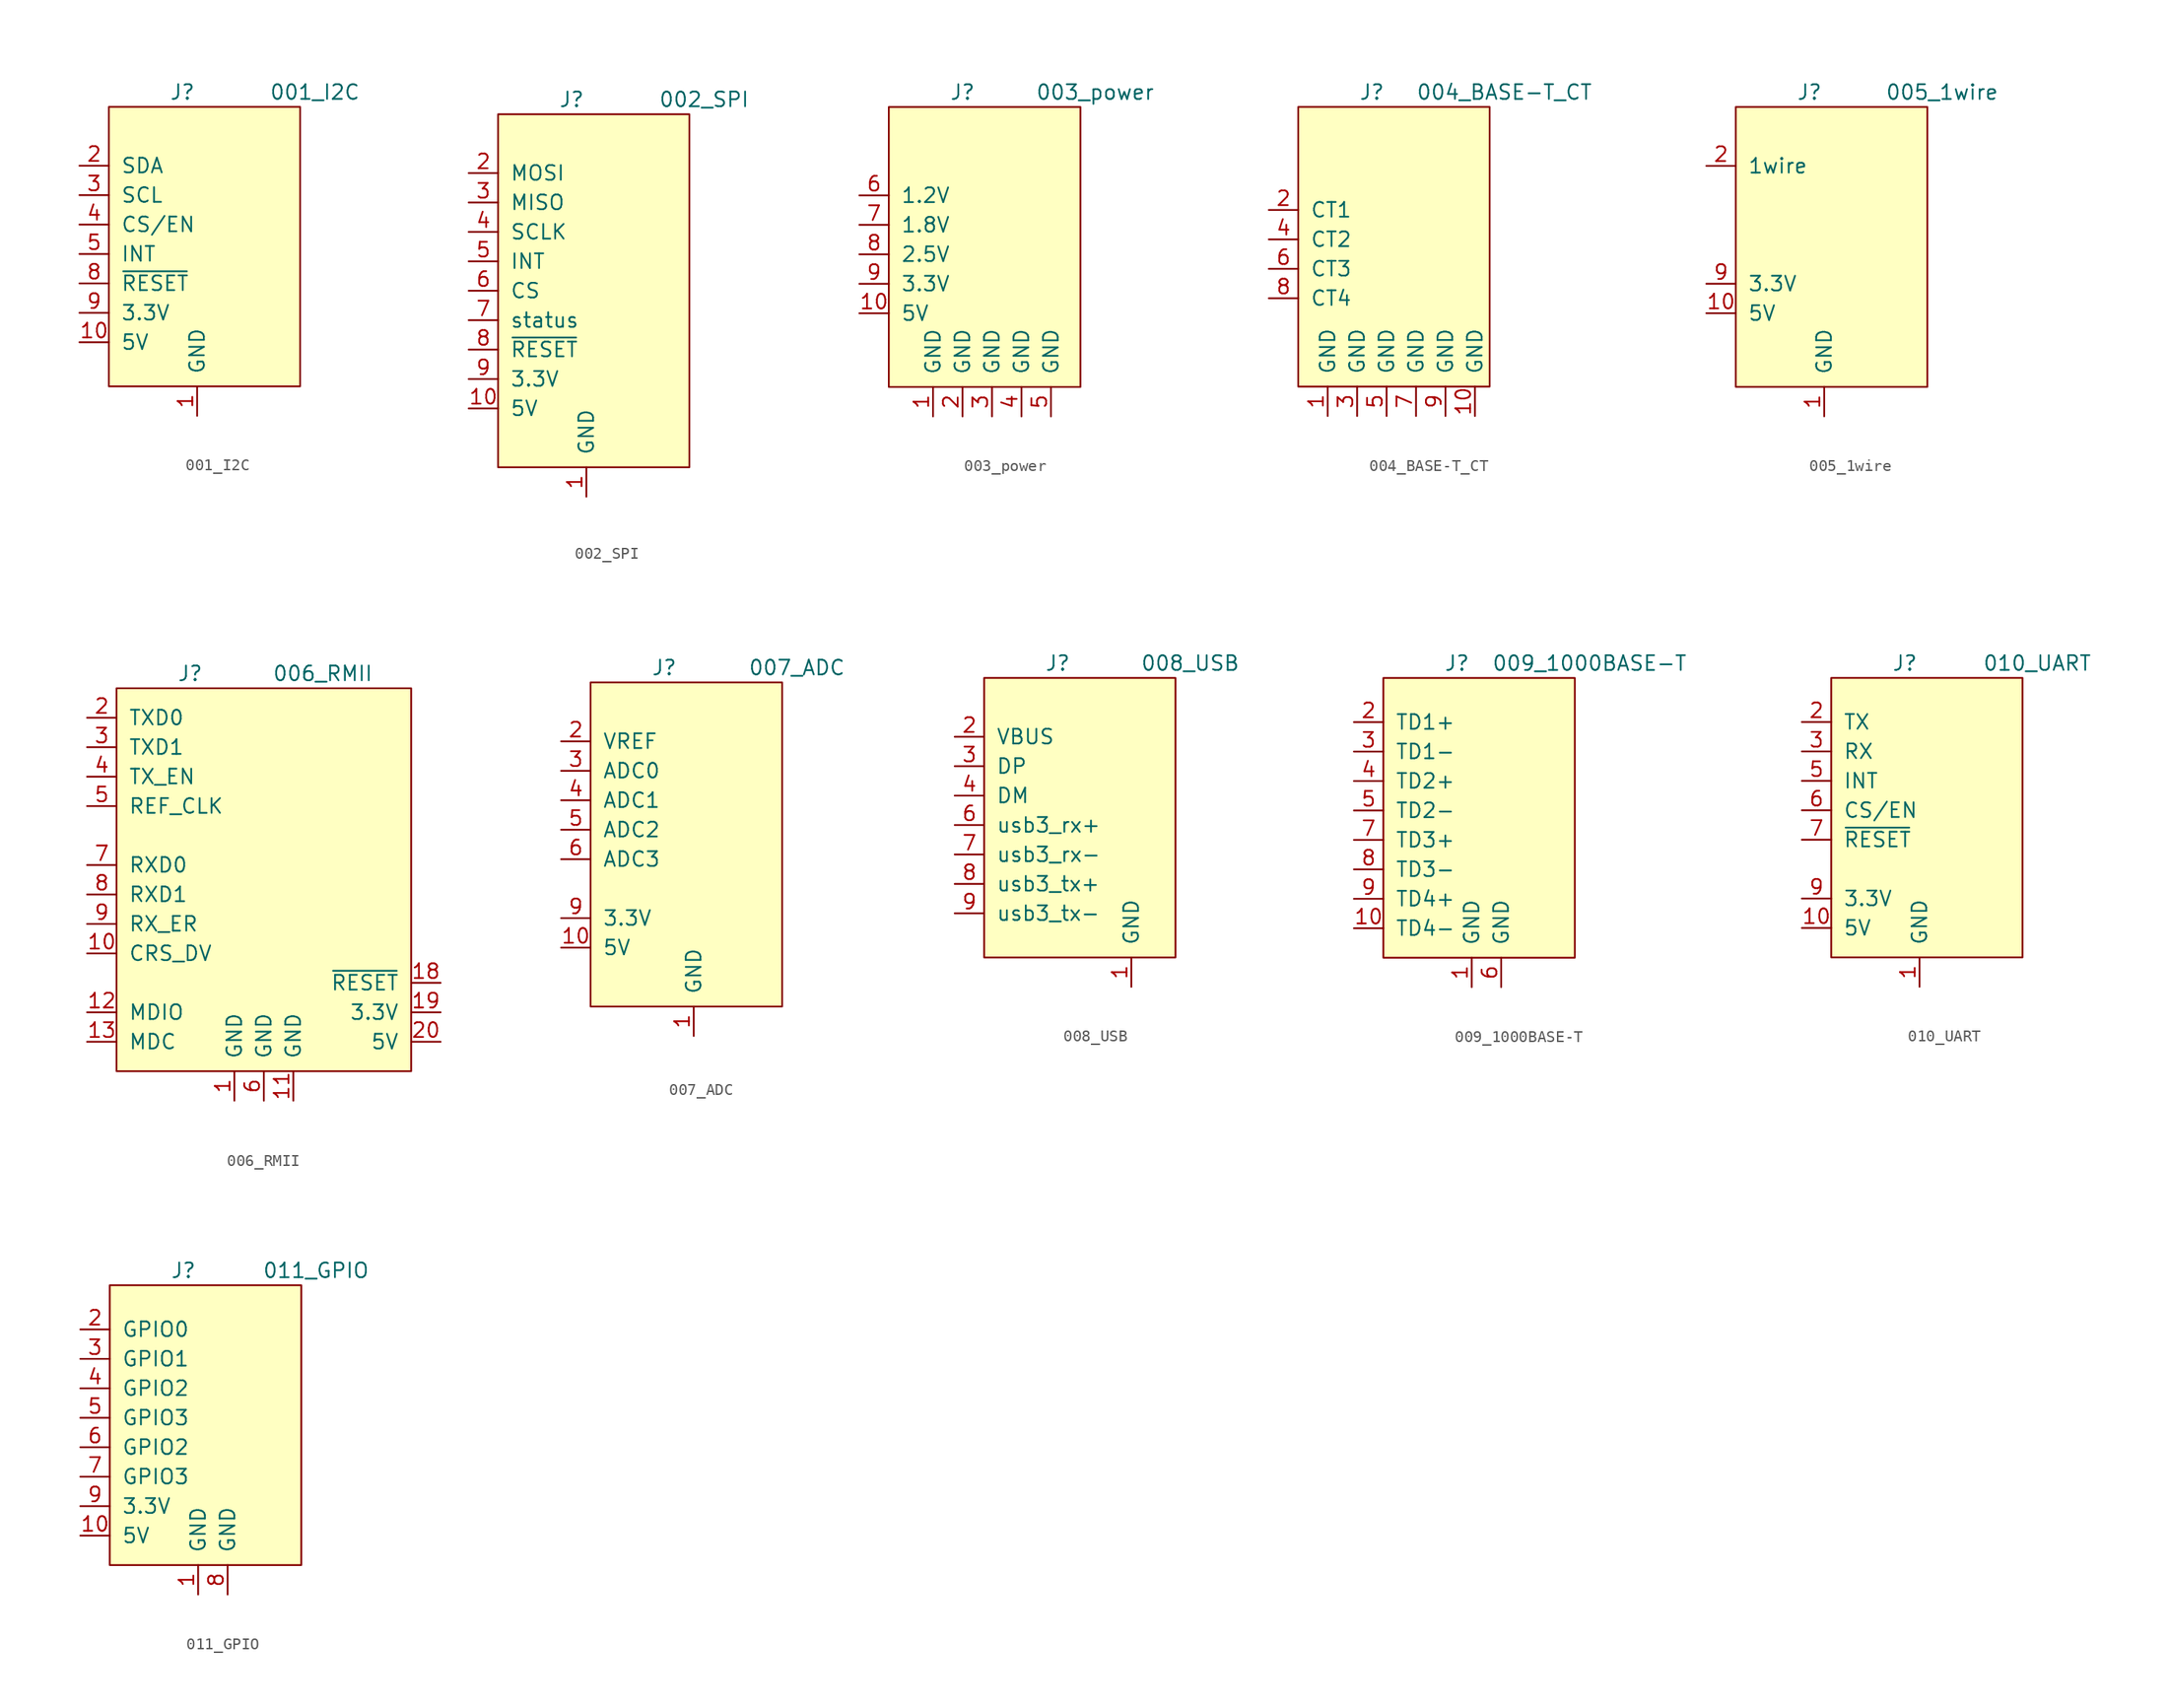
<source format=kicad_sym>
(kicad_symbol_lib
  (version 20211014)
  (generator kicad_symbol_editor)
  (symbol "001_I2C"
    (pin_names
      (offset 1.016))
    (property "Reference" "J"
      (at -2.54 13.97 0)
      (effects (font (size 1.27 1.27))))
    (property "Value" "001_I2C"
      (at 8.89 13.97 0)
      (effects (font (size 1.27 1.27))))
    (symbol "001_I2C_0_1"
      (rectangle (start -8.89 12.7) (end 7.62 -11.43) (stroke (width 0) (type default) (color 0 0 0 0)) (fill (type background))))
    (symbol "001_I2C_1_1"
      (pin power_in line (at -1.27 -13.97 90) (length 2.54) (name "GND" (effects (font (size 1.27 1.27)))) (number "1" (effects (font (size 1.27 1.27)))))
      (pin power_in line (at -11.43 -7.62 0) (length 2.54) (name "5V" (effects (font (size 1.27 1.27)))) (number "10" (effects (font (size 1.27 1.27)))))
      (pin bidirectional line (at -11.43 7.62 0) (length 2.54) (name "SDA" (effects (font (size 1.27 1.27)))) (number "2" (effects (font (size 1.27 1.27)))))
      (pin bidirectional line (at -11.43 5.08 0) (length 2.54) (name "SCL" (effects (font (size 1.27 1.27)))) (number "3" (effects (font (size 1.27 1.27)))))
      (pin bidirectional line (at -11.43 2.54 0) (length 2.54) (name "CS/EN" (effects (font (size 1.27 1.27)))) (number "4" (effects (font (size 1.27 1.27)))))
      (pin bidirectional line (at -11.43 0 0) (length 2.54) (name "INT" (effects (font (size 1.27 1.27)))) (number "5" (effects (font (size 1.27 1.27)))))
      (pin bidirectional line (at -11.43 -2.54 0) (length 2.54) (name "~{RESET}" (effects (font (size 1.27 1.27)))) (number "8" (effects (font (size 1.27 1.27)))))
      (pin power_in line (at -11.43 -5.08 0) (length 2.54) (name "3.3V" (effects (font (size 1.27 1.27)))) (number "9" (effects (font (size 1.27 1.27)))))))
  (symbol "002_SPI"
    (pin_names
      (offset 1.016))
    (property "Reference" "J"
      (at -1.27 13.97 0)
      (effects (font (size 1.27 1.27))))
    (property "Value" "002_SPI"
      (at 10.16 13.97 0)
      (effects (font (size 1.27 1.27))))
    (symbol "002_SPI_0_1"
      (rectangle (start -7.62 12.7) (end 8.89 -17.78) (stroke (width 0) (type default) (color 0 0 0 0)) (fill (type background))))
    (symbol "002_SPI_1_1"
      (pin power_in line (at 0 -20.32 90) (length 2.54) (name "GND" (effects (font (size 1.27 1.27)))) (number "1" (effects (font (size 1.27 1.27)))))
      (pin power_in line (at -10.16 -12.7 0) (length 2.54) (name "5V" (effects (font (size 1.27 1.27)))) (number "10" (effects (font (size 1.27 1.27)))))
      (pin bidirectional line (at -10.16 7.62 0) (length 2.54) (name "MOSI" (effects (font (size 1.27 1.27)))) (number "2" (effects (font (size 1.27 1.27)))))
      (pin bidirectional line (at -10.16 5.08 0) (length 2.54) (name "MISO" (effects (font (size 1.27 1.27)))) (number "3" (effects (font (size 1.27 1.27)))))
      (pin bidirectional line (at -10.16 2.54 0) (length 2.54) (name "SCLK" (effects (font (size 1.27 1.27)))) (number "4" (effects (font (size 1.27 1.27)))))
      (pin bidirectional line (at -10.16 0 0) (length 2.54) (name "INT" (effects (font (size 1.27 1.27)))) (number "5" (effects (font (size 1.27 1.27)))))
      (pin bidirectional line (at -10.16 -2.54 0) (length 2.54) (name "CS" (effects (font (size 1.27 1.27)))) (number "6" (effects (font (size 1.27 1.27)))))
      (pin bidirectional line (at -10.16 -5.08 0) (length 2.54) (name "status" (effects (font (size 1.27 1.27)))) (number "7" (effects (font (size 1.27 1.27)))))
      (pin bidirectional line (at -10.16 -7.62 0) (length 2.54) (name "~{RESET}" (effects (font (size 1.27 1.27)))) (number "8" (effects (font (size 1.27 1.27)))))
      (pin power_in line (at -10.16 -10.16 0) (length 2.54) (name "3.3V" (effects (font (size 1.27 1.27)))) (number "9" (effects (font (size 1.27 1.27)))))))
  (symbol "003_power"
    (pin_names
      (offset 1.016))
    (property "Reference" "J"
      (at -2.54 13.97 0)
      (effects (font (size 1.27 1.27))))
    (property "Value" "003_power"
      (at 8.89 13.97 0)
      (effects (font (size 1.27 1.27))))
    (symbol "003_power_0_1"
      (rectangle (start -8.89 12.7) (end 7.62 -11.43) (stroke (width 0) (type default) (color 0 0 0 0)) (fill (type background))))
    (symbol "003_power_1_1"
      (pin power_in line (at -5.08 -13.97 90) (length 2.54) (name "GND" (effects (font (size 1.27 1.27)))) (number "1" (effects (font (size 1.27 1.27)))))
      (pin power_out line (at -11.43 -5.08 0) (length 2.54) (name "5V" (effects (font (size 1.27 1.27)))) (number "10" (effects (font (size 1.27 1.27)))))
      (pin power_in line (at -2.54 -13.97 90) (length 2.54) (name "GND" (effects (font (size 1.27 1.27)))) (number "2" (effects (font (size 1.27 1.27)))))
      (pin power_in line (at 0 -13.97 90) (length 2.54) (name "GND" (effects (font (size 1.27 1.27)))) (number "3" (effects (font (size 1.27 1.27)))))
      (pin power_in line (at 2.54 -13.97 90) (length 2.54) (name "GND" (effects (font (size 1.27 1.27)))) (number "4" (effects (font (size 1.27 1.27)))))
      (pin power_in line (at 5.08 -13.97 90) (length 2.54) (name "GND" (effects (font (size 1.27 1.27)))) (number "5" (effects (font (size 1.27 1.27)))))
      (pin power_out line (at -11.43 5.08 0) (length 2.54) (name "1.2V" (effects (font (size 1.27 1.27)))) (number "6" (effects (font (size 1.27 1.27)))))
      (pin power_out line (at -11.43 2.54 0) (length 2.54) (name "1.8V" (effects (font (size 1.27 1.27)))) (number "7" (effects (font (size 1.27 1.27)))))
      (pin power_out line (at -11.43 0 0) (length 2.54) (name "2.5V" (effects (font (size 1.27 1.27)))) (number "8" (effects (font (size 1.27 1.27)))))
      (pin power_out line (at -11.43 -2.54 0) (length 2.54) (name "3.3V" (effects (font (size 1.27 1.27)))) (number "9" (effects (font (size 1.27 1.27)))))))
  (symbol "004_BASE-T_CT"
    (pin_names
      (offset 1.016))
    (property "Reference" "J"
      (at -2.54 13.97 0)
      (effects (font (size 1.27 1.27))))
    (property "Value" "004_BASE-T_CT"
      (at 8.89 13.97 0)
      (effects (font (size 1.27 1.27))))
    (symbol "004_BASE-T_CT_0_1"
      (rectangle (start -8.89 12.7) (end 7.62 -11.43) (stroke (width 0) (type default) (color 0 0 0 0)) (fill (type background))))
    (symbol "004_BASE-T_CT_1_1"
      (pin power_in line (at -6.35 -13.97 90) (length 2.54) (name "GND" (effects (font (size 1.27 1.27)))) (number "1" (effects (font (size 1.27 1.27)))))
      (pin power_in line (at 6.35 -13.97 90) (length 2.54) (name "GND" (effects (font (size 1.27 1.27)))) (number "10" (effects (font (size 1.27 1.27)))))
      (pin bidirectional line (at -11.43 3.81 0) (length 2.54) (name "CT1" (effects (font (size 1.27 1.27)))) (number "2" (effects (font (size 1.27 1.27)))))
      (pin power_in line (at -3.81 -13.97 90) (length 2.54) (name "GND" (effects (font (size 1.27 1.27)))) (number "3" (effects (font (size 1.27 1.27)))))
      (pin bidirectional line (at -11.43 1.27 0) (length 2.54) (name "CT2" (effects (font (size 1.27 1.27)))) (number "4" (effects (font (size 1.27 1.27)))))
      (pin power_in line (at -1.27 -13.97 90) (length 2.54) (name "GND" (effects (font (size 1.27 1.27)))) (number "5" (effects (font (size 1.27 1.27)))))
      (pin bidirectional line (at -11.43 -1.27 0) (length 2.54) (name "CT3" (effects (font (size 1.27 1.27)))) (number "6" (effects (font (size 1.27 1.27)))))
      (pin power_in line (at 1.27 -13.97 90) (length 2.54) (name "GND" (effects (font (size 1.27 1.27)))) (number "7" (effects (font (size 1.27 1.27)))))
      (pin bidirectional line (at -11.43 -3.81 0) (length 2.54) (name "CT4" (effects (font (size 1.27 1.27)))) (number "8" (effects (font (size 1.27 1.27)))))
      (pin power_in line (at 3.81 -13.97 90) (length 2.54) (name "GND" (effects (font (size 1.27 1.27)))) (number "9" (effects (font (size 1.27 1.27)))))))
  (symbol "005_1wire"
    (pin_names
      (offset 1.016))
    (property "Reference" "J"
      (at -2.54 13.97 0)
      (effects (font (size 1.27 1.27))))
    (property "Value" "005_1wire"
      (at 8.89 13.97 0)
      (effects (font (size 1.27 1.27))))
    (symbol "005_1wire_0_1"
      (rectangle (start -8.89 12.7) (end 7.62 -11.43) (stroke (width 0) (type default) (color 0 0 0 0)) (fill (type background))))
    (symbol "005_1wire_1_1"
      (pin power_in line (at -1.27 -13.97 90) (length 2.54) (name "GND" (effects (font (size 1.27 1.27)))) (number "1" (effects (font (size 1.27 1.27)))))
      (pin power_in line (at -11.43 -5.08 0) (length 2.54) (name "5V" (effects (font (size 1.27 1.27)))) (number "10" (effects (font (size 1.27 1.27)))))
      (pin bidirectional line (at -11.43 7.62 0) (length 2.54) (name "1wire" (effects (font (size 1.27 1.27)))) (number "2" (effects (font (size 1.27 1.27)))))
      (pin power_in line (at -11.43 -2.54 0) (length 2.54) (name "3.3V" (effects (font (size 1.27 1.27)))) (number "9" (effects (font (size 1.27 1.27)))))))
  (symbol "006_RMII"
    (pin_names
      (offset 1.016))
    (property "Reference" "J"
      (at -6.35 16.51 0)
      (effects (font (size 1.27 1.27))))
    (property "Value" "006_RMII"
      (at 5.08 16.51 0)
      (effects (font (size 1.27 1.27))))
    (symbol "006_RMII_0_1"
      (rectangle (start -12.7 15.24) (end 12.7 -17.78) (stroke (width 0) (type default) (color 0 0 0 0)) (fill (type background))))
    (symbol "006_RMII_1_1"
      (pin power_in line (at -2.54 -20.32 90) (length 2.54) (name "GND" (effects (font (size 1.27 1.27)))) (number "1" (effects (font (size 1.27 1.27)))))
      (pin bidirectional line (at -15.24 -7.62 0) (length 2.54) (name "CRS_DV" (effects (font (size 1.27 1.27)))) (number "10" (effects (font (size 1.27 1.27)))))
      (pin power_in line (at 2.54 -20.32 90) (length 2.54) (name "GND" (effects (font (size 1.27 1.27)))) (number "11" (effects (font (size 1.27 1.27)))))
      (pin bidirectional line (at -15.24 -12.7 0) (length 2.54) (name "MDIO" (effects (font (size 1.27 1.27)))) (number "12" (effects (font (size 1.27 1.27)))))
      (pin bidirectional line (at -15.24 -15.24 0) (length 2.54) (name "MDC" (effects (font (size 1.27 1.27)))) (number "13" (effects (font (size 1.27 1.27)))))
      (pin bidirectional line (at 15.24 -10.16 180) (length 2.54) (name "~{RESET}" (effects (font (size 1.27 1.27)))) (number "18" (effects (font (size 1.27 1.27)))))
      (pin bidirectional line (at 15.24 -12.7 180) (length 2.54) (name "3.3V" (effects (font (size 1.27 1.27)))) (number "19" (effects (font (size 1.27 1.27)))))
      (pin bidirectional line (at -15.24 12.7 0) (length 2.54) (name "TXD0" (effects (font (size 1.27 1.27)))) (number "2" (effects (font (size 1.27 1.27)))))
      (pin bidirectional line (at 15.24 -15.24 180) (length 2.54) (name "5V" (effects (font (size 1.27 1.27)))) (number "20" (effects (font (size 1.27 1.27)))))
      (pin bidirectional line (at -15.24 10.16 0) (length 2.54) (name "TXD1" (effects (font (size 1.27 1.27)))) (number "3" (effects (font (size 1.27 1.27)))))
      (pin bidirectional line (at -15.24 7.62 0) (length 2.54) (name "TX_EN" (effects (font (size 1.27 1.27)))) (number "4" (effects (font (size 1.27 1.27)))))
      (pin bidirectional line (at -15.24 5.08 0) (length 2.54) (name "REF_CLK" (effects (font (size 1.27 1.27)))) (number "5" (effects (font (size 1.27 1.27)))))
      (pin power_in line (at 0 -20.32 90) (length 2.54) (name "GND" (effects (font (size 1.27 1.27)))) (number "6" (effects (font (size 1.27 1.27)))))
      (pin bidirectional line (at -15.24 0 0) (length 2.54) (name "RXD0" (effects (font (size 1.27 1.27)))) (number "7" (effects (font (size 1.27 1.27)))))
      (pin bidirectional line (at -15.24 -2.54 0) (length 2.54) (name "RXD1" (effects (font (size 1.27 1.27)))) (number "8" (effects (font (size 1.27 1.27)))))
      (pin bidirectional line (at -15.24 -5.08 0) (length 2.54) (name "RX_ER" (effects (font (size 1.27 1.27)))) (number "9" (effects (font (size 1.27 1.27)))))))
  (symbol "007_ADC"
    (pin_names
      (offset 1.016))
    (property "Reference" "J"
      (at -2.54 13.97 0)
      (effects (font (size 1.27 1.27))))
    (property "Value" "007_ADC"
      (at 8.89 13.97 0)
      (effects (font (size 1.27 1.27))))
    (symbol "007_ADC_0_1"
      (rectangle (start -8.89 12.7) (end 7.62 -15.24) (stroke (width 0) (type default) (color 0 0 0 0)) (fill (type background))))
    (symbol "007_ADC_1_1"
      (pin power_in line (at 0 -17.78 90) (length 2.54) (name "GND" (effects (font (size 1.27 1.27)))) (number "1" (effects (font (size 1.27 1.27)))))
      (pin bidirectional line (at -11.43 -10.16 0) (length 2.54) (name "5V" (effects (font (size 1.27 1.27)))) (number "10" (effects (font (size 1.27 1.27)))))
      (pin bidirectional line (at -11.43 7.62 0) (length 2.54) (name "VREF" (effects (font (size 1.27 1.27)))) (number "2" (effects (font (size 1.27 1.27)))))
      (pin power_in line (at -11.43 5.08 0) (length 2.54) (name "ADC0" (effects (font (size 1.27 1.27)))) (number "3" (effects (font (size 1.27 1.27)))))
      (pin bidirectional line (at -11.43 2.54 0) (length 2.54) (name "ADC1" (effects (font (size 1.27 1.27)))) (number "4" (effects (font (size 1.27 1.27)))))
      (pin bidirectional line (at -11.43 0 0) (length 2.54) (name "ADC2" (effects (font (size 1.27 1.27)))) (number "5" (effects (font (size 1.27 1.27)))))
      (pin bidirectional line (at -11.43 -2.54 0) (length 2.54) (name "ADC3" (effects (font (size 1.27 1.27)))) (number "6" (effects (font (size 1.27 1.27)))))
      (pin bidirectional line (at -11.43 -7.62 0) (length 2.54) (name "3.3V" (effects (font (size 1.27 1.27)))) (number "9" (effects (font (size 1.27 1.27)))))))
  (symbol "008_USB"
    (pin_names
      (offset 1.016))
    (property "Reference" "J"
      (at -2.54 13.97 0)
      (effects (font (size 1.27 1.27))))
    (property "Value" "008_USB"
      (at 8.89 13.97 0)
      (effects (font (size 1.27 1.27))))
    (symbol "008_USB_0_1"
      (rectangle (start -8.89 12.7) (end 7.62 -11.43) (stroke (width 0) (type default) (color 0 0 0 0)) (fill (type background))))
    (symbol "008_USB_1_1"
      (pin power_in line (at 3.81 -13.97 90) (length 2.54) (name "GND" (effects (font (size 1.27 1.27)))) (number "1" (effects (font (size 1.27 1.27)))))
      (pin power_in line (at -11.43 7.62 0) (length 2.54) (name "VBUS" (effects (font (size 1.27 1.27)))) (number "2" (effects (font (size 1.27 1.27)))))
      (pin bidirectional line (at -11.43 5.08 0) (length 2.54) (name "DP" (effects (font (size 1.27 1.27)))) (number "3" (effects (font (size 1.27 1.27)))))
      (pin bidirectional line (at -11.43 2.54 0) (length 2.54) (name "DM" (effects (font (size 1.27 1.27)))) (number "4" (effects (font (size 1.27 1.27)))))
      (pin input line (at -11.43 0 0) (length 2.54) (name "usb3_rx+" (effects (font (size 1.27 1.27)))) (number "6" (effects (font (size 1.27 1.27)))))
      (pin input line (at -11.43 -2.54 0) (length 2.54) (name "usb3_rx-" (effects (font (size 1.27 1.27)))) (number "7" (effects (font (size 1.27 1.27)))))
      (pin input line (at -11.43 -5.08 0) (length 2.54) (name "usb3_tx+" (effects (font (size 1.27 1.27)))) (number "8" (effects (font (size 1.27 1.27)))))
      (pin input line (at -11.43 -7.62 0) (length 2.54) (name "usb3_tx-" (effects (font (size 1.27 1.27)))) (number "9" (effects (font (size 1.27 1.27)))))))
  (symbol "009_1000BASE-T"
    (pin_names
      (offset 1.016))
    (property "Reference" "J"
      (at -2.54 13.97 0)
      (effects (font (size 1.27 1.27))))
    (property "Value" "009_1000BASE-T"
      (at 8.89 13.97 0)
      (effects (font (size 1.27 1.27))))
    (symbol "009_1000BASE-T_0_1"
      (rectangle (start -8.89 12.7) (end 7.62 -11.43) (stroke (width 0) (type default) (color 0 0 0 0)) (fill (type background))))
    (symbol "009_1000BASE-T_1_1"
      (pin power_in line (at -1.27 -13.97 90) (length 2.54) (name "GND" (effects (font (size 1.27 1.27)))) (number "1" (effects (font (size 1.27 1.27)))))
      (pin bidirectional line (at -11.43 -8.89 0) (length 2.54) (name "TD4-" (effects (font (size 1.27 1.27)))) (number "10" (effects (font (size 1.27 1.27)))))
      (pin bidirectional line (at -11.43 8.89 0) (length 2.54) (name "TD1+" (effects (font (size 1.27 1.27)))) (number "2" (effects (font (size 1.27 1.27)))))
      (pin bidirectional line (at -11.43 6.35 0) (length 2.54) (name "TD1-" (effects (font (size 1.27 1.27)))) (number "3" (effects (font (size 1.27 1.27)))))
      (pin bidirectional line (at -11.43 3.81 0) (length 2.54) (name "TD2+" (effects (font (size 1.27 1.27)))) (number "4" (effects (font (size 1.27 1.27)))))
      (pin bidirectional line (at -11.43 1.27 0) (length 2.54) (name "TD2-" (effects (font (size 1.27 1.27)))) (number "5" (effects (font (size 1.27 1.27)))))
      (pin power_in line (at 1.27 -13.97 90) (length 2.54) (name "GND" (effects (font (size 1.27 1.27)))) (number "6" (effects (font (size 1.27 1.27)))))
      (pin bidirectional line (at -11.43 -1.27 0) (length 2.54) (name "TD3+" (effects (font (size 1.27 1.27)))) (number "7" (effects (font (size 1.27 1.27)))))
      (pin bidirectional line (at -11.43 -3.81 0) (length 2.54) (name "TD3-" (effects (font (size 1.27 1.27)))) (number "8" (effects (font (size 1.27 1.27)))))
      (pin bidirectional line (at -11.43 -6.35 0) (length 2.54) (name "TD4+" (effects (font (size 1.27 1.27)))) (number "9" (effects (font (size 1.27 1.27)))))))
  (symbol "010_UART"
    (pin_names
      (offset 1.016))
    (property "Reference" "J"
      (at -2.54 13.97 0)
      (effects (font (size 1.27 1.27))))
    (property "Value" "010_UART"
      (at 8.89 13.97 0)
      (effects (font (size 1.27 1.27))))
    (symbol "010_UART_0_1"
      (rectangle (start -8.89 12.7) (end 7.62 -11.43) (stroke (width 0) (type default) (color 0 0 0 0)) (fill (type background))))
    (symbol "010_UART_1_1"
      (pin power_in line (at -1.27 -13.97 90) (length 2.54) (name "GND" (effects (font (size 1.27 1.27)))) (number "1" (effects (font (size 1.27 1.27)))))
      (pin power_in line (at -11.43 -8.89 0) (length 2.54) (name "5V" (effects (font (size 1.27 1.27)))) (number "10" (effects (font (size 1.27 1.27)))))
      (pin bidirectional line (at -11.43 8.89 0) (length 2.54) (name "TX" (effects (font (size 1.27 1.27)))) (number "2" (effects (font (size 1.27 1.27)))))
      (pin bidirectional line (at -11.43 6.35 0) (length 2.54) (name "RX" (effects (font (size 1.27 1.27)))) (number "3" (effects (font (size 1.27 1.27)))))
      (pin bidirectional line (at -11.43 3.81 0) (length 2.54) (name "INT" (effects (font (size 1.27 1.27)))) (number "5" (effects (font (size 1.27 1.27)))))
      (pin bidirectional line (at -11.43 1.27 0) (length 2.54) (name "CS/EN" (effects (font (size 1.27 1.27)))) (number "6" (effects (font (size 1.27 1.27)))))
      (pin bidirectional line (at -11.43 -1.27 0) (length 2.54) (name "~{RESET}" (effects (font (size 1.27 1.27)))) (number "7" (effects (font (size 1.27 1.27)))))
      (pin power_in line (at -11.43 -6.35 0) (length 2.54) (name "3.3V" (effects (font (size 1.27 1.27)))) (number "9" (effects (font (size 1.27 1.27)))))))
  (symbol "011_GPIO"
    (pin_names
      (offset 1.016))
    (property "Reference" "J"
      (at -2.54 13.97 0)
      (effects (font (size 1.27 1.27))))
    (property "Value" "011_GPIO"
      (at 8.89 13.97 0)
      (effects (font (size 1.27 1.27))))
    (symbol "011_GPIO_0_1"
      (rectangle (start -8.89 12.7) (end 7.62 -11.43) (stroke (width 0) (type default) (color 0 0 0 0)) (fill (type background))))
    (symbol "011_GPIO_1_1"
      (pin power_in line (at -1.27 -13.97 90) (length 2.54) (name "GND" (effects (font (size 1.27 1.27)))) (number "1" (effects (font (size 1.27 1.27)))))
      (pin power_in line (at -11.43 -8.89 0) (length 2.54) (name "5V" (effects (font (size 1.27 1.27)))) (number "10" (effects (font (size 1.27 1.27)))))
      (pin bidirectional line (at -11.43 8.89 0) (length 2.54) (name "GPIO0" (effects (font (size 1.27 1.27)))) (number "2" (effects (font (size 1.27 1.27)))))
      (pin bidirectional line (at -11.43 6.35 0) (length 2.54) (name "GPIO1" (effects (font (size 1.27 1.27)))) (number "3" (effects (font (size 1.27 1.27)))))
      (pin bidirectional line (at -11.43 3.81 0) (length 2.54) (name "GPIO2" (effects (font (size 1.27 1.27)))) (number "4" (effects (font (size 1.27 1.27)))))
      (pin bidirectional line (at -11.43 1.27 0) (length 2.54) (name "GPIO3" (effects (font (size 1.27 1.27)))) (number "5" (effects (font (size 1.27 1.27)))))
      (pin bidirectional line (at -11.43 -1.27 0) (length 2.54) (name "GPIO2" (effects (font (size 1.27 1.27)))) (number "6" (effects (font (size 1.27 1.27)))))
      (pin bidirectional line (at -11.43 -3.81 0) (length 2.54) (name "GPIO3" (effects (font (size 1.27 1.27)))) (number "7" (effects (font (size 1.27 1.27)))))
      (pin power_in line (at 1.27 -13.97 90) (length 2.54) (name "GND" (effects (font (size 1.27 1.27)))) (number "8" (effects (font (size 1.27 1.27)))))
      (pin power_in line (at -11.43 -6.35 0) (length 2.54) (name "3.3V" (effects (font (size 1.27 1.27)))) (number "9" (effects (font (size 1.27 1.27))))))))
</source>
